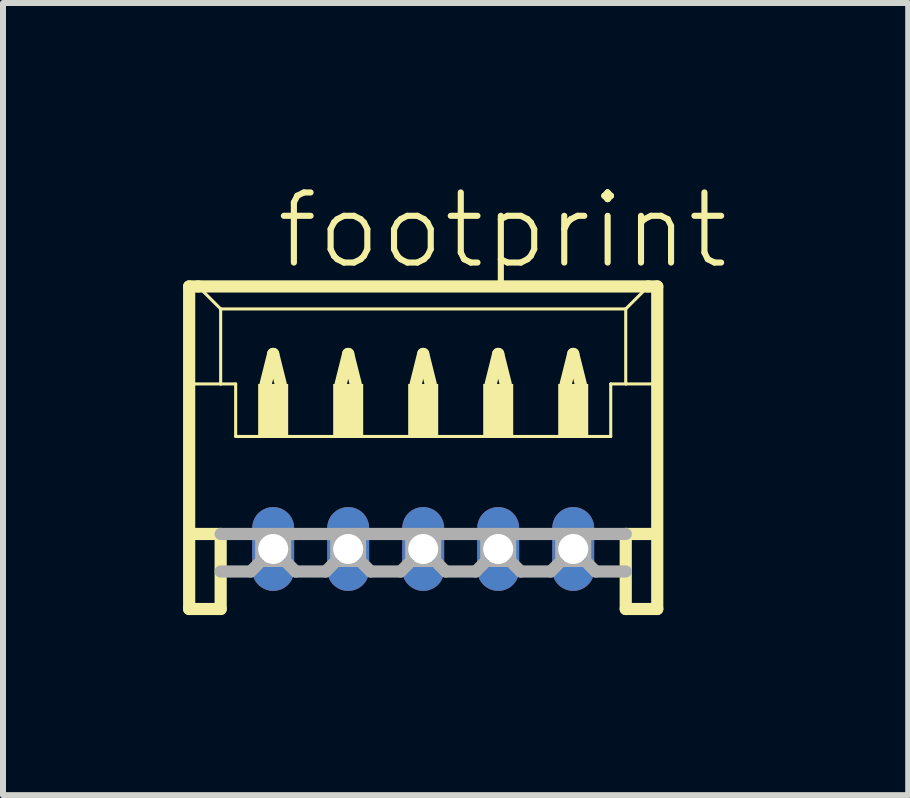
<source format=kicad_pcb>
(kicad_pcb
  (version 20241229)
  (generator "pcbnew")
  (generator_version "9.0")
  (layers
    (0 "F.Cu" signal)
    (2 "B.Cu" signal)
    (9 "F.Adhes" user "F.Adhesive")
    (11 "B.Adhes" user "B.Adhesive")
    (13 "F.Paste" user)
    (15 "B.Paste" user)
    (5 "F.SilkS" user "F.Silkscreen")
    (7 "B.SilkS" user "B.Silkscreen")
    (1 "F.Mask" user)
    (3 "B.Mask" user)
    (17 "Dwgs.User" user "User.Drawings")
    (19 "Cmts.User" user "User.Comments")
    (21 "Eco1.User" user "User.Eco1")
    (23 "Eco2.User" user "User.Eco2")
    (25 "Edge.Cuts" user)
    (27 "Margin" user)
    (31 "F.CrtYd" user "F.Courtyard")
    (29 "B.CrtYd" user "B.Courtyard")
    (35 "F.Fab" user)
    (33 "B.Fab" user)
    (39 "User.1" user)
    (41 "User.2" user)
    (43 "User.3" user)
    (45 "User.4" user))
  (footprint "footprint"
    (layer "F.Cu")
    (at 4.002 4.848)
    (property "Reference" "footprint" (at -2.5 -3.375 0) (layer "F.SilkS") (effects (font (size 1.168 1.168) (thickness 0.102)) (justify left bottom)))
    (fp_line (start -3.9 -3.125) (end -3.9 2.25) (stroke (width 0.203) (type solid)) (layer "F.SilkS"))
    (fp_line (start -3.9 2.25) (end -3.375 2.25) (stroke (width 0.203) (type solid)) (layer "F.SilkS"))
    (fp_line (start -3.875 -1.5) (end -3.375 -1.5) (stroke (width 0.051) (type solid)) (layer "F.SilkS"))
    (fp_line (start -3.875 1) (end -3.375 1) (stroke (width 0.203) (type solid)) (layer "F.SilkS"))
    (fp_line (start -3.75 -3.125) (end -3.9 -3.125) (stroke (width 0.203) (type solid)) (layer "F.SilkS"))
    (fp_line (start -3.375 -2.75) (end -3.75 -3.125) (stroke (width 0.051) (type solid)) (layer "F.SilkS"))
    (fp_line (start -3.375 -2.75) (end 3.375 -2.75) (stroke (width 0.051) (type solid)) (layer "F.SilkS"))
    (fp_line (start -3.375 -1.5) (end -3.375 -2.75) (stroke (width 0.051) (type solid)) (layer "F.SilkS"))
    (fp_line (start -3.375 -1.5) (end -3.125 -1.5) (stroke (width 0.051) (type solid)) (layer "F.SilkS"))
    (fp_line (start -3.375 1) (end -3.375 2.25) (stroke (width 0.203) (type solid)) (layer "F.SilkS"))
    (fp_line (start -3.125 -1.5) (end -3.125 -0.625) (stroke (width 0.051) (type solid)) (layer "F.SilkS"))
    (fp_line (start -3.125 -0.625) (end 3.125 -0.625) (stroke (width 0.051) (type solid)) (layer "F.SilkS"))
    (fp_line (start -2.625 -1.5) (end -2.5 -2) (stroke (width 0.203) (type solid)) (layer "F.SilkS"))
    (fp_line (start -2.5 -2) (end -2.375 -1.5) (stroke (width 0.203) (type solid)) (layer "F.SilkS"))
    (fp_line (start -1.375 -1.5) (end -1.25 -2) (stroke (width 0.203) (type solid)) (layer "F.SilkS"))
    (fp_line (start -1.25 -2) (end -1.125 -1.5) (stroke (width 0.203) (type solid)) (layer "F.SilkS"))
    (fp_line (start -0.125 -1.5) (end 0 -2) (stroke (width 0.203) (type solid)) (layer "F.SilkS"))
    (fp_line (start 0 -2) (end 0.125 -1.5) (stroke (width 0.203) (type solid)) (layer "F.SilkS"))
    (fp_line (start 1.125 -1.5) (end 1.25 -2) (stroke (width 0.203) (type solid)) (layer "F.SilkS"))
    (fp_line (start 1.25 -2) (end 1.375 -1.5) (stroke (width 0.203) (type solid)) (layer "F.SilkS"))
    (fp_line (start 2.375 -1.5) (end 2.5 -2) (stroke (width 0.203) (type solid)) (layer "F.SilkS"))
    (fp_line (start 2.5 -2) (end 2.625 -1.5) (stroke (width 0.203) (type solid)) (layer "F.SilkS"))
    (fp_line (start 3.125 -1.5) (end 3.125 -0.625) (stroke (width 0.051) (type solid)) (layer "F.SilkS"))
    (fp_line (start 3.125 -1.5) (end 3.375 -1.5) (stroke (width 0.051) (type solid)) (layer "F.SilkS"))
    (fp_line (start 3.375 -2.75) (end 3.375 -1.5) (stroke (width 0.051) (type solid)) (layer "F.SilkS"))
    (fp_line (start 3.375 -2.75) (end 3.75 -3.125) (stroke (width 0.051) (type solid)) (layer "F.SilkS"))
    (fp_line (start 3.375 -1.5) (end 3.875 -1.5) (stroke (width 0.051) (type solid)) (layer "F.SilkS"))
    (fp_line (start 3.375 1) (end 3.375 2.25) (stroke (width 0.203) (type solid)) (layer "F.SilkS"))
    (fp_line (start 3.375 1) (end 3.875 1) (stroke (width 0.203) (type solid)) (layer "F.SilkS"))
    (fp_line (start 3.375 2.25) (end 3.9 2.25) (stroke (width 0.203) (type solid)) (layer "F.SilkS"))
    (fp_line (start 3.75 -3.125) (end -3.75 -3.125) (stroke (width 0.203) (type solid)) (layer "F.SilkS"))
    (fp_line (start 3.9 -3.125) (end 3.75 -3.125) (stroke (width 0.203) (type solid)) (layer "F.SilkS"))
    (fp_line (start 3.9 2.25) (end 3.9 -3.125) (stroke (width 0.203) (type solid)) (layer "F.SilkS"))
    (fp_poly (pts (xy -2.75 -0.625) (xy -2.25 -0.625) (xy -2.25 -1.5) (xy -2.75 -1.5)) (stroke (width 0) (type solid)) (fill yes) (layer "F.SilkS"))
    (fp_poly (pts (xy -1.5 -0.625) (xy -1 -0.625) (xy -1 -1.5) (xy -1.5 -1.5)) (stroke (width 0) (type solid)) (fill yes) (layer "F.SilkS"))
    (fp_poly (pts (xy -0.25 -0.625) (xy 0.25 -0.625) (xy 0.25 -1.5) (xy -0.25 -1.5)) (stroke (width 0) (type solid)) (fill yes) (layer "F.SilkS"))
    (fp_poly (pts (xy 1 -0.625) (xy 1.5 -0.625) (xy 1.5 -1.5) (xy 1 -1.5)) (stroke (width 0) (type solid)) (fill yes) (layer "F.SilkS"))
    (fp_poly (pts (xy 2.25 -0.625) (xy 2.75 -0.625) (xy 2.75 -1.5) (xy 2.25 -1.5)) (stroke (width 0) (type solid)) (fill yes) (layer "F.SilkS"))
    (fp_line (start -3.375 1) (end 3.375 1) (stroke (width 0.203) (type solid)) (layer "F.Fab"))
    (fp_line (start -2.875 1.625) (end -3.375 1.625) (stroke (width 0.203) (type solid)) (layer "F.Fab"))
    (fp_line (start -2.75 1.5) (end -2.875 1.625) (stroke (width 0.203) (type solid)) (layer "F.Fab"))
    (fp_line (start -2.25 1.5) (end -2.125 1.625) (stroke (width 0.203) (type solid)) (layer "F.Fab"))
    (fp_line (start -1.625 1.625) (end -2.125 1.625) (stroke (width 0.203) (type solid)) (layer "F.Fab"))
    (fp_line (start -1.5 1.5) (end -1.625 1.625) (stroke (width 0.203) (type solid)) (layer "F.Fab"))
    (fp_line (start -1 1.5) (end -0.875 1.625) (stroke (width 0.203) (type solid)) (layer "F.Fab"))
    (fp_line (start -0.375 1.625) (end -0.875 1.625) (stroke (width 0.203) (type solid)) (layer "F.Fab"))
    (fp_line (start -0.25 1.5) (end -0.375 1.625) (stroke (width 0.203) (type solid)) (layer "F.Fab"))
    (fp_line (start 0.25 1.5) (end 0.375 1.625) (stroke (width 0.203) (type solid)) (layer "F.Fab"))
    (fp_line (start 0.875 1.625) (end 0.375 1.625) (stroke (width 0.203) (type solid)) (layer "F.Fab"))
    (fp_line (start 1 1.5) (end 0.875 1.625) (stroke (width 0.203) (type solid)) (layer "F.Fab"))
    (fp_line (start 1.5 1.5) (end 1.625 1.625) (stroke (width 0.203) (type solid)) (layer "F.Fab"))
    (fp_line (start 2.125 1.625) (end 1.625 1.625) (stroke (width 0.203) (type solid)) (layer "F.Fab"))
    (fp_line (start 2.25 1.5) (end 2.125 1.625) (stroke (width 0.203) (type solid)) (layer "F.Fab"))
    (fp_line (start 2.75 1.5) (end 2.875 1.625) (stroke (width 0.203) (type solid)) (layer "F.Fab"))
    (fp_line (start 3.375 1.625) (end 2.875 1.625) (stroke (width 0.203) (type solid)) (layer "F.Fab"))
    (fp_poly (pts (xy -2.75 1.5) (xy -2.25 1.5) (xy -2.25 1) (xy -2.75 1)) (stroke (width 0.1) (type solid)) (fill no) (layer "F.Fab"))
    (fp_poly (pts (xy -1.5 1.5) (xy -1 1.5) (xy -1 1) (xy -1.5 1)) (stroke (width 0.1) (type solid)) (fill no) (layer "F.Fab"))
    (fp_poly (pts (xy -0.25 1.5) (xy 0.25 1.5) (xy 0.25 1) (xy -0.25 1)) (stroke (width 0.1) (type solid)) (fill no) (layer "F.Fab"))
    (fp_poly (pts (xy 1 1.5) (xy 1.5 1.5) (xy 1.5 1) (xy 1 1)) (stroke (width 0.1) (type solid)) (fill no) (layer "F.Fab"))
    (fp_poly (pts (xy 2.25 1.5) (xy 2.75 1.5) (xy 2.75 1) (xy 2.25 1)) (stroke (width 0.1) (type solid)) (fill no) (layer "F.Fab"))
    (pad "1" thru_hole oval (at 2.5 1.25 90) (size 1.397 0.698) (drill 0.5) (layers "*.Cu" "*.Mask"))
    (pad "2" thru_hole oval (at 1.25 1.25 90) (size 1.397 0.698) (drill 0.5) (layers "*.Cu" "*.Mask"))
    (pad "3" thru_hole oval (at 0 1.25 90) (size 1.397 0.698) (drill 0.5) (layers "*.Cu" "*.Mask"))
    (pad "4" thru_hole oval (at -1.25 1.25 90) (size 1.397 0.698) (drill 0.5) (layers "*.Cu" "*.Mask"))
    (pad "5" thru_hole oval (at -2.5 1.25 90) (size 1.397 0.698) (drill 0.5) (layers "*.Cu" "*.Mask")))
  (gr_rect
    (start -3 -3)
    (end 12.084 10.2)
    (stroke (width 0.1) (type default))
    (fill no)
    (layer "Edge.Cuts")))
</source>
